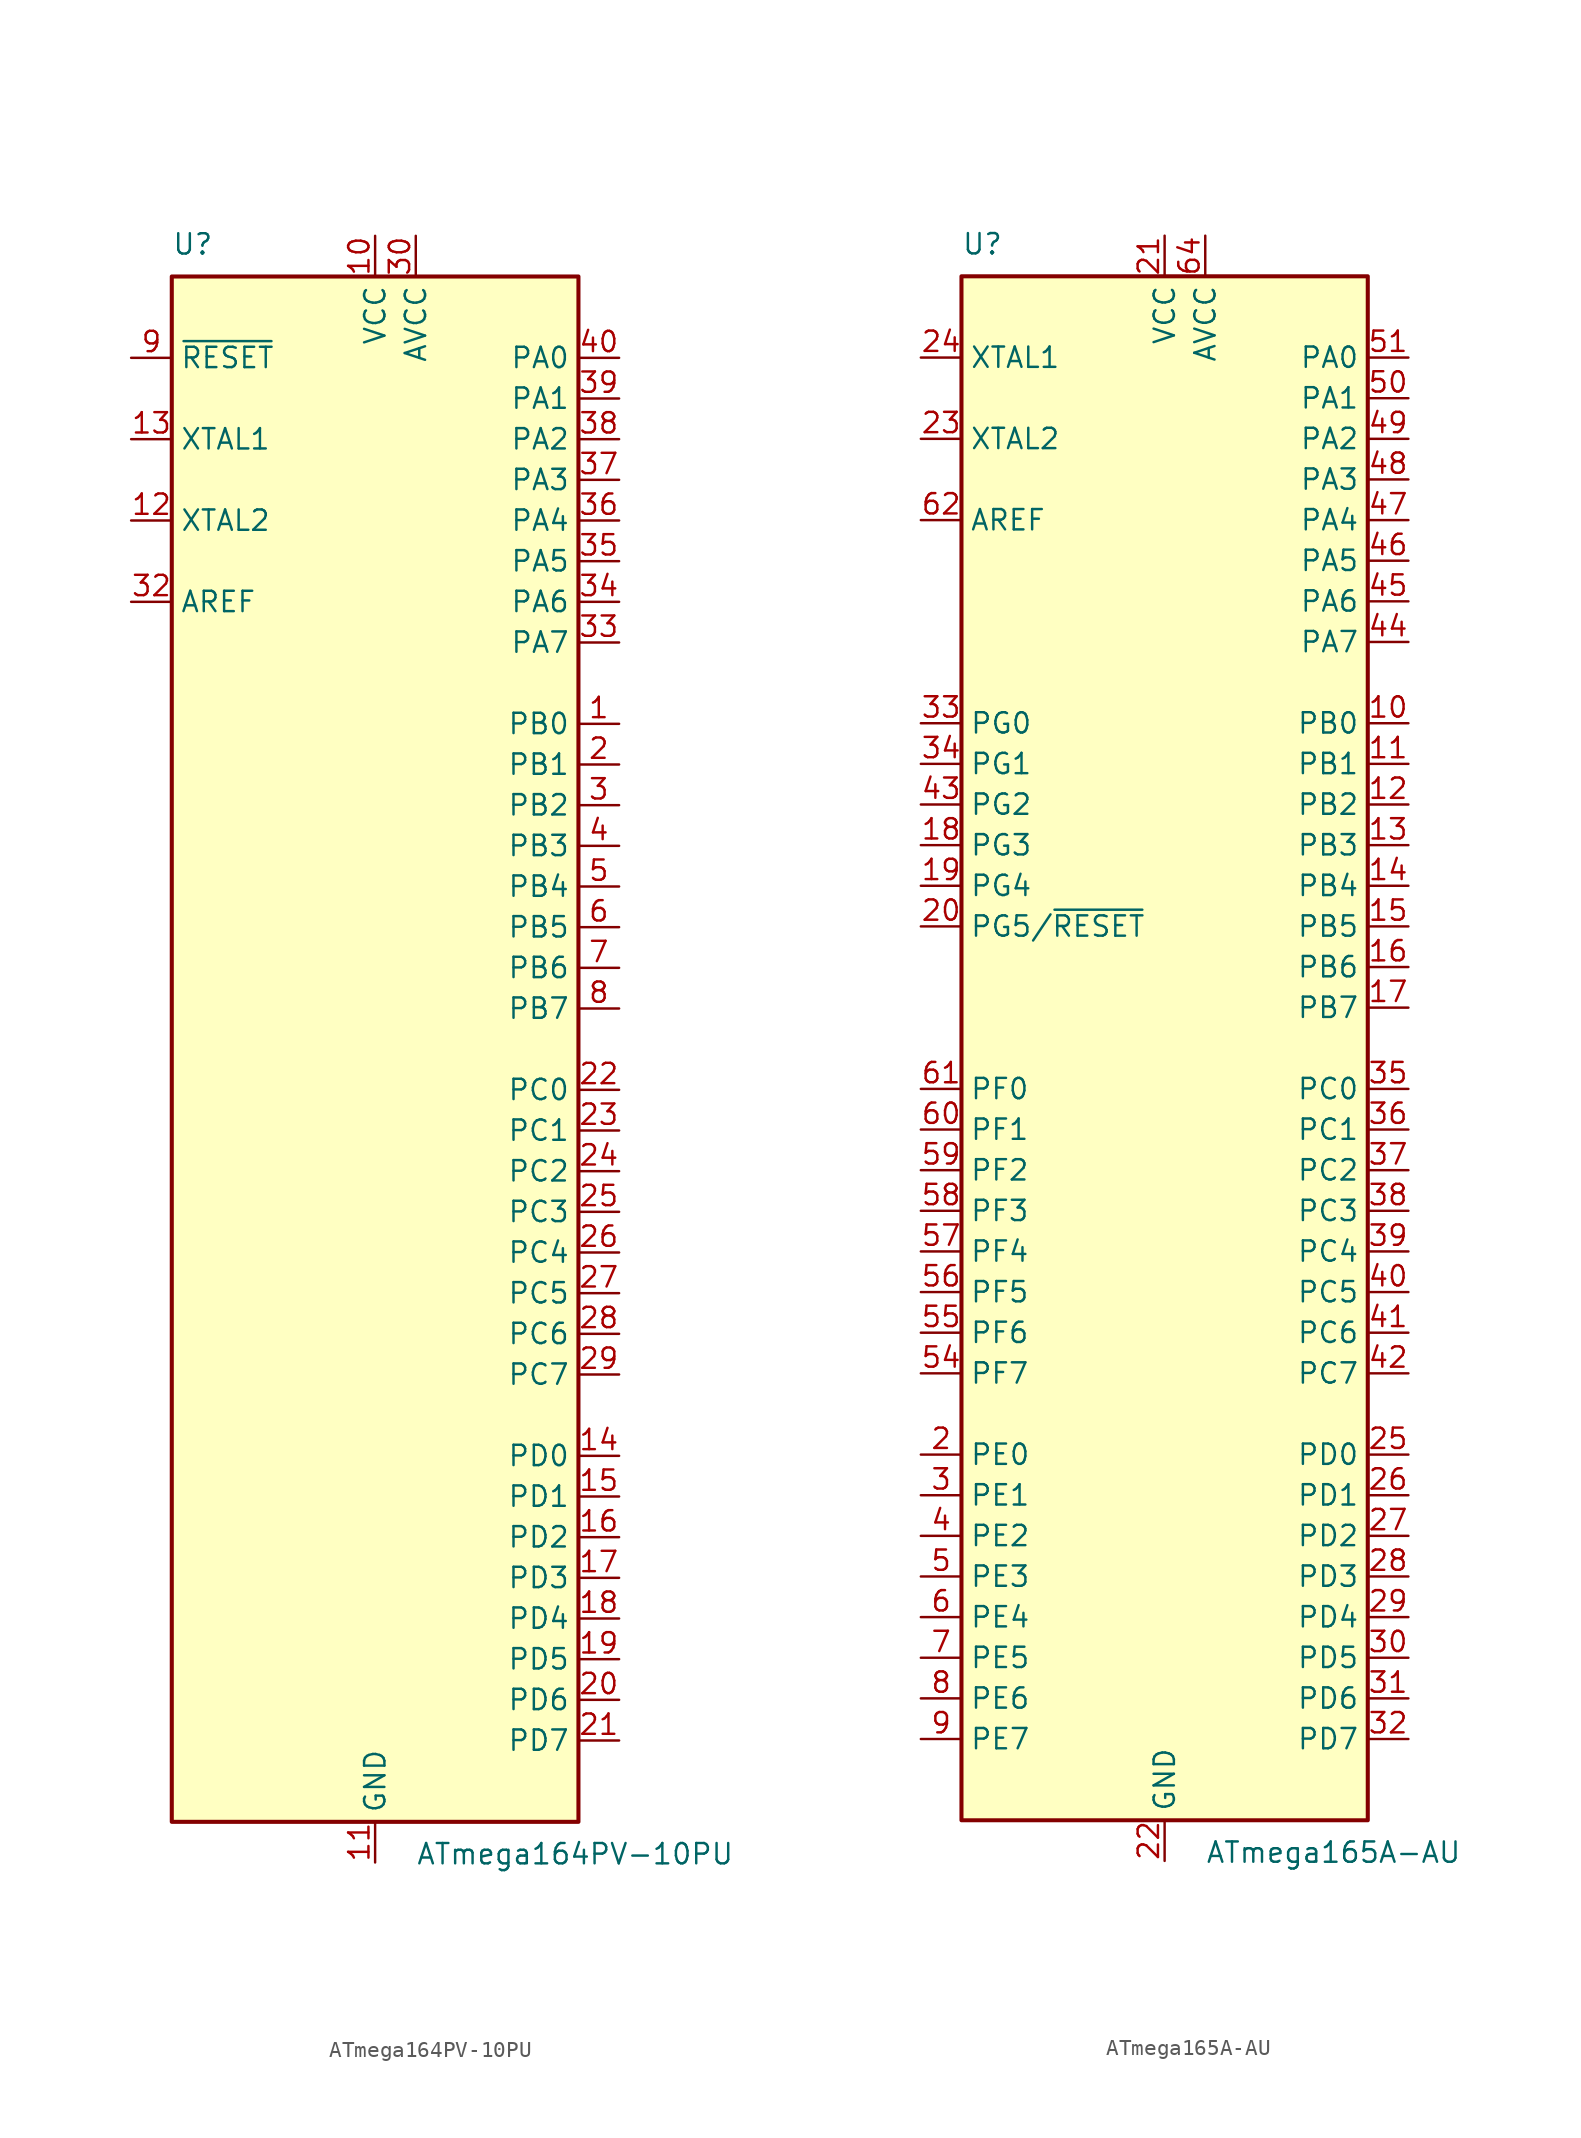
<source format=kicad_sym>
(kicad_symbol_lib
  (version 20201005)
  (generator kicad_symbol_editor)
  (symbol "ATmega164PV-10PU"
    (property "Reference" "U"
      (at -12.7 49.53 0)
      (effects (font (size 1.27 1.27)) (justify left bottom)))
    (property "Value" "ATmega164PV-10PU"
      (at 2.54 -49.53 0)
      (effects (font (size 1.27 1.27)) (justify left top)))
    (symbol "ATmega164PV-10PU_0_1"
      (rectangle (start -12.7 -48.26) (end 12.7 48.26) (stroke (width 0.254)) (fill (type background))))
    (symbol "ATmega164PV-10PU_1_1"
      (pin tri_state line (at 15.24 20.32 180) (length 2.54) (name "PB0" (effects (font (size 1.27 1.27)))) (number "1" (effects (font (size 1.27 1.27)))))
      (pin power_in line (at 0 50.8 270) (length 2.54) (name "VCC" (effects (font (size 1.27 1.27)))) (number "10" (effects (font (size 1.27 1.27)))))
      (pin power_in line (at 0 -50.8 90) (length 2.54) (name "GND" (effects (font (size 1.27 1.27)))) (number "11" (effects (font (size 1.27 1.27)))))
      (pin output line (at -15.24 33.02 0) (length 2.54) (name "XTAL2" (effects (font (size 1.27 1.27)))) (number "12" (effects (font (size 1.27 1.27)))))
      (pin input line (at -15.24 38.1 0) (length 2.54) (name "XTAL1" (effects (font (size 1.27 1.27)))) (number "13" (effects (font (size 1.27 1.27)))))
      (pin tri_state line (at 15.24 -25.4 180) (length 2.54) (name "PD0" (effects (font (size 1.27 1.27)))) (number "14" (effects (font (size 1.27 1.27)))))
      (pin tri_state line (at 15.24 -27.94 180) (length 2.54) (name "PD1" (effects (font (size 1.27 1.27)))) (number "15" (effects (font (size 1.27 1.27)))))
      (pin tri_state line (at 15.24 -30.48 180) (length 2.54) (name "PD2" (effects (font (size 1.27 1.27)))) (number "16" (effects (font (size 1.27 1.27)))))
      (pin tri_state line (at 15.24 -33.02 180) (length 2.54) (name "PD3" (effects (font (size 1.27 1.27)))) (number "17" (effects (font (size 1.27 1.27)))))
      (pin tri_state line (at 15.24 -35.56 180) (length 2.54) (name "PD4" (effects (font (size 1.27 1.27)))) (number "18" (effects (font (size 1.27 1.27)))))
      (pin tri_state line (at 15.24 -38.1 180) (length 2.54) (name "PD5" (effects (font (size 1.27 1.27)))) (number "19" (effects (font (size 1.27 1.27)))))
      (pin tri_state line (at 15.24 17.78 180) (length 2.54) (name "PB1" (effects (font (size 1.27 1.27)))) (number "2" (effects (font (size 1.27 1.27)))))
      (pin tri_state line (at 15.24 -40.64 180) (length 2.54) (name "PD6" (effects (font (size 1.27 1.27)))) (number "20" (effects (font (size 1.27 1.27)))))
      (pin tri_state line (at 15.24 -43.18 180) (length 2.54) (name "PD7" (effects (font (size 1.27 1.27)))) (number "21" (effects (font (size 1.27 1.27)))))
      (pin tri_state line (at 15.24 -2.54 180) (length 2.54) (name "PC0" (effects (font (size 1.27 1.27)))) (number "22" (effects (font (size 1.27 1.27)))))
      (pin tri_state line (at 15.24 -5.08 180) (length 2.54) (name "PC1" (effects (font (size 1.27 1.27)))) (number "23" (effects (font (size 1.27 1.27)))))
      (pin tri_state line (at 15.24 -7.62 180) (length 2.54) (name "PC2" (effects (font (size 1.27 1.27)))) (number "24" (effects (font (size 1.27 1.27)))))
      (pin tri_state line (at 15.24 -10.16 180) (length 2.54) (name "PC3" (effects (font (size 1.27 1.27)))) (number "25" (effects (font (size 1.27 1.27)))))
      (pin tri_state line (at 15.24 -12.7 180) (length 2.54) (name "PC4" (effects (font (size 1.27 1.27)))) (number "26" (effects (font (size 1.27 1.27)))))
      (pin tri_state line (at 15.24 -15.24 180) (length 2.54) (name "PC5" (effects (font (size 1.27 1.27)))) (number "27" (effects (font (size 1.27 1.27)))))
      (pin tri_state line (at 15.24 -17.78 180) (length 2.54) (name "PC6" (effects (font (size 1.27 1.27)))) (number "28" (effects (font (size 1.27 1.27)))))
      (pin tri_state line (at 15.24 -20.32 180) (length 2.54) (name "PC7" (effects (font (size 1.27 1.27)))) (number "29" (effects (font (size 1.27 1.27)))))
      (pin tri_state line (at 15.24 15.24 180) (length 2.54) (name "PB2" (effects (font (size 1.27 1.27)))) (number "3" (effects (font (size 1.27 1.27)))))
      (pin power_in line (at 2.54 50.8 270) (length 2.54) (name "AVCC" (effects (font (size 1.27 1.27)))) (number "30" (effects (font (size 1.27 1.27)))))
      (pin passive line (at 0 -50.8 90) (length 2.54) hide (name "GND" (effects (font (size 1.27 1.27)))) (number "31" (effects (font (size 1.27 1.27)))))
      (pin passive line (at -15.24 27.94 0) (length 2.54) (name "AREF" (effects (font (size 1.27 1.27)))) (number "32" (effects (font (size 1.27 1.27)))))
      (pin tri_state line (at 15.24 25.4 180) (length 2.54) (name "PA7" (effects (font (size 1.27 1.27)))) (number "33" (effects (font (size 1.27 1.27)))))
      (pin tri_state line (at 15.24 27.94 180) (length 2.54) (name "PA6" (effects (font (size 1.27 1.27)))) (number "34" (effects (font (size 1.27 1.27)))))
      (pin tri_state line (at 15.24 30.48 180) (length 2.54) (name "PA5" (effects (font (size 1.27 1.27)))) (number "35" (effects (font (size 1.27 1.27)))))
      (pin tri_state line (at 15.24 33.02 180) (length 2.54) (name "PA4" (effects (font (size 1.27 1.27)))) (number "36" (effects (font (size 1.27 1.27)))))
      (pin tri_state line (at 15.24 35.56 180) (length 2.54) (name "PA3" (effects (font (size 1.27 1.27)))) (number "37" (effects (font (size 1.27 1.27)))))
      (pin tri_state line (at 15.24 38.1 180) (length 2.54) (name "PA2" (effects (font (size 1.27 1.27)))) (number "38" (effects (font (size 1.27 1.27)))))
      (pin tri_state line (at 15.24 40.64 180) (length 2.54) (name "PA1" (effects (font (size 1.27 1.27)))) (number "39" (effects (font (size 1.27 1.27)))))
      (pin tri_state line (at 15.24 12.7 180) (length 2.54) (name "PB3" (effects (font (size 1.27 1.27)))) (number "4" (effects (font (size 1.27 1.27)))))
      (pin tri_state line (at 15.24 43.18 180) (length 2.54) (name "PA0" (effects (font (size 1.27 1.27)))) (number "40" (effects (font (size 1.27 1.27)))))
      (pin tri_state line (at 15.24 10.16 180) (length 2.54) (name "PB4" (effects (font (size 1.27 1.27)))) (number "5" (effects (font (size 1.27 1.27)))))
      (pin tri_state line (at 15.24 7.62 180) (length 2.54) (name "PB5" (effects (font (size 1.27 1.27)))) (number "6" (effects (font (size 1.27 1.27)))))
      (pin tri_state line (at 15.24 5.08 180) (length 2.54) (name "PB6" (effects (font (size 1.27 1.27)))) (number "7" (effects (font (size 1.27 1.27)))))
      (pin tri_state line (at 15.24 2.54 180) (length 2.54) (name "PB7" (effects (font (size 1.27 1.27)))) (number "8" (effects (font (size 1.27 1.27)))))
      (pin input line (at -15.24 43.18 0) (length 2.54) (name "~RESET" (effects (font (size 1.27 1.27)))) (number "9" (effects (font (size 1.27 1.27)))))))
  (symbol "ATmega165A-AU"
    (property "Reference" "U"
      (at -12.7 49.53 0)
      (effects (font (size 1.27 1.27)) (justify left bottom)))
    (property "Value" "ATmega165A-AU"
      (at 2.54 -49.53 0)
      (effects (font (size 1.27 1.27)) (justify left top)))
    (symbol "ATmega165A-AU_0_1"
      (rectangle (start -12.7 -48.26) (end 12.7 48.26) (stroke (width 0.254)) (fill (type background))))
    (symbol "ATmega165A-AU_1_1"
      (pin no_connect line (at -12.7 -45.72 0) (length 2.54) hide (name "NC" (effects (font (size 1.27 1.27)))) (number "1" (effects (font (size 1.27 1.27)))))
      (pin tri_state line (at 15.24 20.32 180) (length 2.54) (name "PB0" (effects (font (size 1.27 1.27)))) (number "10" (effects (font (size 1.27 1.27)))))
      (pin tri_state line (at 15.24 17.78 180) (length 2.54) (name "PB1" (effects (font (size 1.27 1.27)))) (number "11" (effects (font (size 1.27 1.27)))))
      (pin tri_state line (at 15.24 15.24 180) (length 2.54) (name "PB2" (effects (font (size 1.27 1.27)))) (number "12" (effects (font (size 1.27 1.27)))))
      (pin tri_state line (at 15.24 12.7 180) (length 2.54) (name "PB3" (effects (font (size 1.27 1.27)))) (number "13" (effects (font (size 1.27 1.27)))))
      (pin tri_state line (at 15.24 10.16 180) (length 2.54) (name "PB4" (effects (font (size 1.27 1.27)))) (number "14" (effects (font (size 1.27 1.27)))))
      (pin tri_state line (at 15.24 7.62 180) (length 2.54) (name "PB5" (effects (font (size 1.27 1.27)))) (number "15" (effects (font (size 1.27 1.27)))))
      (pin tri_state line (at 15.24 5.08 180) (length 2.54) (name "PB6" (effects (font (size 1.27 1.27)))) (number "16" (effects (font (size 1.27 1.27)))))
      (pin tri_state line (at 15.24 2.54 180) (length 2.54) (name "PB7" (effects (font (size 1.27 1.27)))) (number "17" (effects (font (size 1.27 1.27)))))
      (pin tri_state line (at -15.24 12.7 0) (length 2.54) (name "PG3" (effects (font (size 1.27 1.27)))) (number "18" (effects (font (size 1.27 1.27)))))
      (pin tri_state line (at -15.24 10.16 0) (length 2.54) (name "PG4" (effects (font (size 1.27 1.27)))) (number "19" (effects (font (size 1.27 1.27)))))
      (pin tri_state line (at -15.24 -25.4 0) (length 2.54) (name "PE0" (effects (font (size 1.27 1.27)))) (number "2" (effects (font (size 1.27 1.27)))))
      (pin tri_state line (at -15.24 7.62 0) (length 2.54) (name "PG5/~RESET" (effects (font (size 1.27 1.27)))) (number "20" (effects (font (size 1.27 1.27)))))
      (pin power_in line (at 0 50.8 270) (length 2.54) (name "VCC" (effects (font (size 1.27 1.27)))) (number "21" (effects (font (size 1.27 1.27)))))
      (pin power_in line (at 0 -50.8 90) (length 2.54) (name "GND" (effects (font (size 1.27 1.27)))) (number "22" (effects (font (size 1.27 1.27)))))
      (pin output line (at -15.24 38.1 0) (length 2.54) (name "XTAL2" (effects (font (size 1.27 1.27)))) (number "23" (effects (font (size 1.27 1.27)))))
      (pin input line (at -15.24 43.18 0) (length 2.54) (name "XTAL1" (effects (font (size 1.27 1.27)))) (number "24" (effects (font (size 1.27 1.27)))))
      (pin tri_state line (at 15.24 -25.4 180) (length 2.54) (name "PD0" (effects (font (size 1.27 1.27)))) (number "25" (effects (font (size 1.27 1.27)))))
      (pin tri_state line (at 15.24 -27.94 180) (length 2.54) (name "PD1" (effects (font (size 1.27 1.27)))) (number "26" (effects (font (size 1.27 1.27)))))
      (pin tri_state line (at 15.24 -30.48 180) (length 2.54) (name "PD2" (effects (font (size 1.27 1.27)))) (number "27" (effects (font (size 1.27 1.27)))))
      (pin tri_state line (at 15.24 -33.02 180) (length 2.54) (name "PD3" (effects (font (size 1.27 1.27)))) (number "28" (effects (font (size 1.27 1.27)))))
      (pin tri_state line (at 15.24 -35.56 180) (length 2.54) (name "PD4" (effects (font (size 1.27 1.27)))) (number "29" (effects (font (size 1.27 1.27)))))
      (pin tri_state line (at -15.24 -27.94 0) (length 2.54) (name "PE1" (effects (font (size 1.27 1.27)))) (number "3" (effects (font (size 1.27 1.27)))))
      (pin tri_state line (at 15.24 -38.1 180) (length 2.54) (name "PD5" (effects (font (size 1.27 1.27)))) (number "30" (effects (font (size 1.27 1.27)))))
      (pin tri_state line (at 15.24 -40.64 180) (length 2.54) (name "PD6" (effects (font (size 1.27 1.27)))) (number "31" (effects (font (size 1.27 1.27)))))
      (pin tri_state line (at 15.24 -43.18 180) (length 2.54) (name "PD7" (effects (font (size 1.27 1.27)))) (number "32" (effects (font (size 1.27 1.27)))))
      (pin tri_state line (at -15.24 20.32 0) (length 2.54) (name "PG0" (effects (font (size 1.27 1.27)))) (number "33" (effects (font (size 1.27 1.27)))))
      (pin tri_state line (at -15.24 17.78 0) (length 2.54) (name "PG1" (effects (font (size 1.27 1.27)))) (number "34" (effects (font (size 1.27 1.27)))))
      (pin tri_state line (at 15.24 -2.54 180) (length 2.54) (name "PC0" (effects (font (size 1.27 1.27)))) (number "35" (effects (font (size 1.27 1.27)))))
      (pin tri_state line (at 15.24 -5.08 180) (length 2.54) (name "PC1" (effects (font (size 1.27 1.27)))) (number "36" (effects (font (size 1.27 1.27)))))
      (pin tri_state line (at 15.24 -7.62 180) (length 2.54) (name "PC2" (effects (font (size 1.27 1.27)))) (number "37" (effects (font (size 1.27 1.27)))))
      (pin tri_state line (at 15.24 -10.16 180) (length 2.54) (name "PC3" (effects (font (size 1.27 1.27)))) (number "38" (effects (font (size 1.27 1.27)))))
      (pin tri_state line (at 15.24 -12.7 180) (length 2.54) (name "PC4" (effects (font (size 1.27 1.27)))) (number "39" (effects (font (size 1.27 1.27)))))
      (pin tri_state line (at -15.24 -30.48 0) (length 2.54) (name "PE2" (effects (font (size 1.27 1.27)))) (number "4" (effects (font (size 1.27 1.27)))))
      (pin tri_state line (at 15.24 -15.24 180) (length 2.54) (name "PC5" (effects (font (size 1.27 1.27)))) (number "40" (effects (font (size 1.27 1.27)))))
      (pin tri_state line (at 15.24 -17.78 180) (length 2.54) (name "PC6" (effects (font (size 1.27 1.27)))) (number "41" (effects (font (size 1.27 1.27)))))
      (pin tri_state line (at 15.24 -20.32 180) (length 2.54) (name "PC7" (effects (font (size 1.27 1.27)))) (number "42" (effects (font (size 1.27 1.27)))))
      (pin tri_state line (at -15.24 15.24 0) (length 2.54) (name "PG2" (effects (font (size 1.27 1.27)))) (number "43" (effects (font (size 1.27 1.27)))))
      (pin tri_state line (at 15.24 25.4 180) (length 2.54) (name "PA7" (effects (font (size 1.27 1.27)))) (number "44" (effects (font (size 1.27 1.27)))))
      (pin tri_state line (at 15.24 27.94 180) (length 2.54) (name "PA6" (effects (font (size 1.27 1.27)))) (number "45" (effects (font (size 1.27 1.27)))))
      (pin tri_state line (at 15.24 30.48 180) (length 2.54) (name "PA5" (effects (font (size 1.27 1.27)))) (number "46" (effects (font (size 1.27 1.27)))))
      (pin tri_state line (at 15.24 33.02 180) (length 2.54) (name "PA4" (effects (font (size 1.27 1.27)))) (number "47" (effects (font (size 1.27 1.27)))))
      (pin tri_state line (at 15.24 35.56 180) (length 2.54) (name "PA3" (effects (font (size 1.27 1.27)))) (number "48" (effects (font (size 1.27 1.27)))))
      (pin tri_state line (at 15.24 38.1 180) (length 2.54) (name "PA2" (effects (font (size 1.27 1.27)))) (number "49" (effects (font (size 1.27 1.27)))))
      (pin tri_state line (at -15.24 -33.02 0) (length 2.54) (name "PE3" (effects (font (size 1.27 1.27)))) (number "5" (effects (font (size 1.27 1.27)))))
      (pin tri_state line (at 15.24 40.64 180) (length 2.54) (name "PA1" (effects (font (size 1.27 1.27)))) (number "50" (effects (font (size 1.27 1.27)))))
      (pin tri_state line (at 15.24 43.18 180) (length 2.54) (name "PA0" (effects (font (size 1.27 1.27)))) (number "51" (effects (font (size 1.27 1.27)))))
      (pin passive line (at 0 50.8 270) (length 2.54) hide (name "VCC" (effects (font (size 1.27 1.27)))) (number "52" (effects (font (size 1.27 1.27)))))
      (pin passive line (at 0 -50.8 90) (length 2.54) hide (name "GND" (effects (font (size 1.27 1.27)))) (number "53" (effects (font (size 1.27 1.27)))))
      (pin tri_state line (at -15.24 -20.32 0) (length 2.54) (name "PF7" (effects (font (size 1.27 1.27)))) (number "54" (effects (font (size 1.27 1.27)))))
      (pin tri_state line (at -15.24 -17.78 0) (length 2.54) (name "PF6" (effects (font (size 1.27 1.27)))) (number "55" (effects (font (size 1.27 1.27)))))
      (pin tri_state line (at -15.24 -15.24 0) (length 2.54) (name "PF5" (effects (font (size 1.27 1.27)))) (number "56" (effects (font (size 1.27 1.27)))))
      (pin tri_state line (at -15.24 -12.7 0) (length 2.54) (name "PF4" (effects (font (size 1.27 1.27)))) (number "57" (effects (font (size 1.27 1.27)))))
      (pin tri_state line (at -15.24 -10.16 0) (length 2.54) (name "PF3" (effects (font (size 1.27 1.27)))) (number "58" (effects (font (size 1.27 1.27)))))
      (pin tri_state line (at -15.24 -7.62 0) (length 2.54) (name "PF2" (effects (font (size 1.27 1.27)))) (number "59" (effects (font (size 1.27 1.27)))))
      (pin tri_state line (at -15.24 -35.56 0) (length 2.54) (name "PE4" (effects (font (size 1.27 1.27)))) (number "6" (effects (font (size 1.27 1.27)))))
      (pin tri_state line (at -15.24 -5.08 0) (length 2.54) (name "PF1" (effects (font (size 1.27 1.27)))) (number "60" (effects (font (size 1.27 1.27)))))
      (pin tri_state line (at -15.24 -2.54 0) (length 2.54) (name "PF0" (effects (font (size 1.27 1.27)))) (number "61" (effects (font (size 1.27 1.27)))))
      (pin passive line (at -15.24 33.02 0) (length 2.54) (name "AREF" (effects (font (size 1.27 1.27)))) (number "62" (effects (font (size 1.27 1.27)))))
      (pin passive line (at 0 -50.8 90) (length 2.54) hide (name "GND" (effects (font (size 1.27 1.27)))) (number "63" (effects (font (size 1.27 1.27)))))
      (pin power_in line (at 2.54 50.8 270) (length 2.54) (name "AVCC" (effects (font (size 1.27 1.27)))) (number "64" (effects (font (size 1.27 1.27)))))
      (pin tri_state line (at -15.24 -38.1 0) (length 2.54) (name "PE5" (effects (font (size 1.27 1.27)))) (number "7" (effects (font (size 1.27 1.27)))))
      (pin tri_state line (at -15.24 -40.64 0) (length 2.54) (name "PE6" (effects (font (size 1.27 1.27)))) (number "8" (effects (font (size 1.27 1.27)))))
      (pin tri_state line (at -15.24 -43.18 0) (length 2.54) (name "PE7" (effects (font (size 1.27 1.27)))) (number "9" (effects (font (size 1.27 1.27))))))))
</source>
